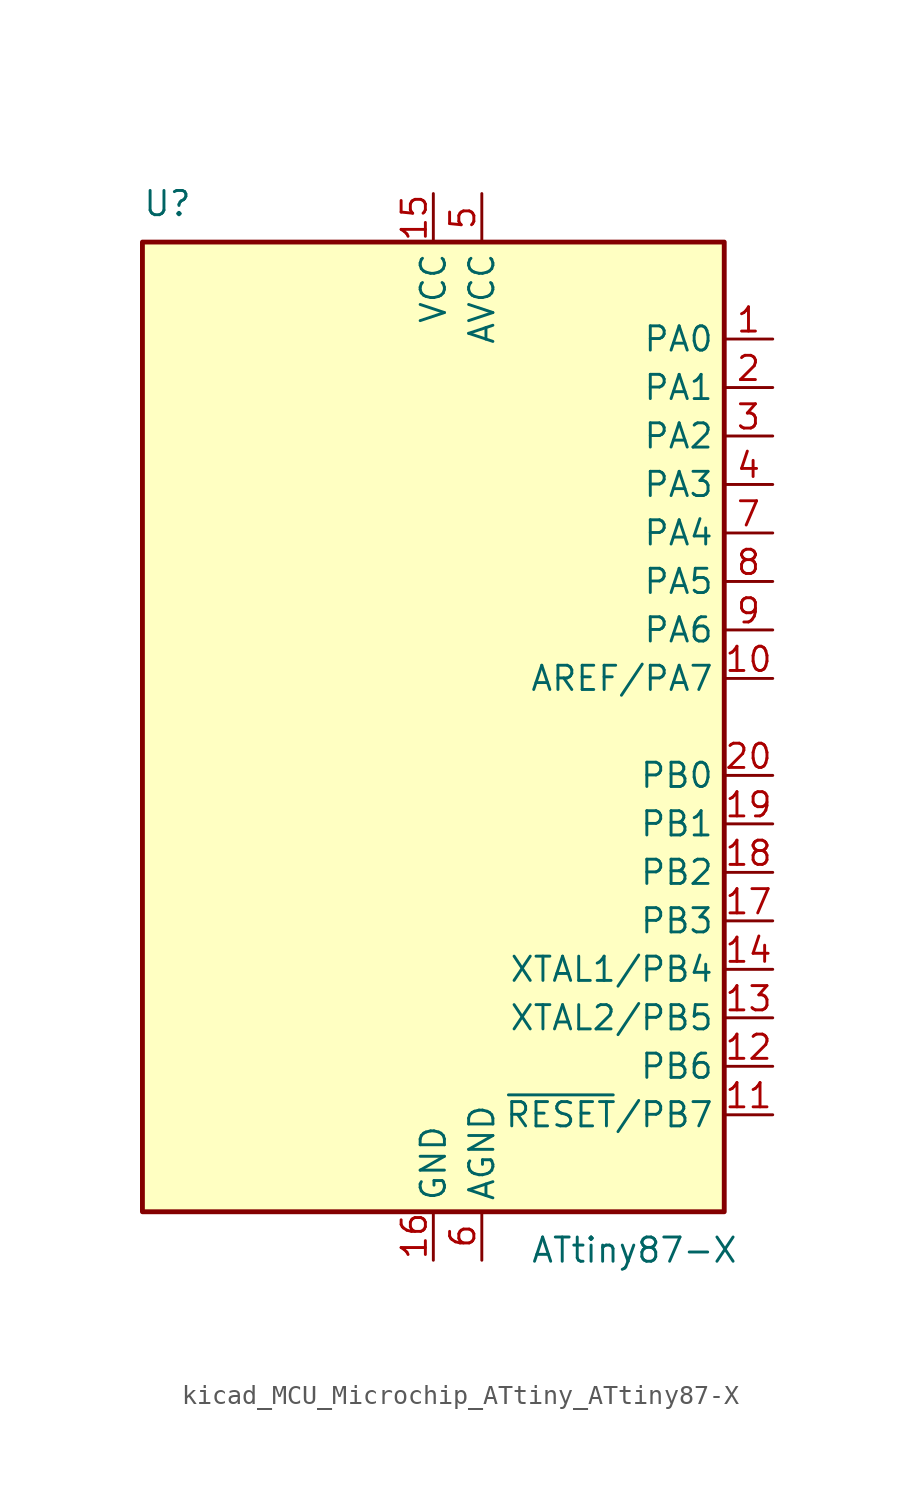
<source format=kicad_sym>
(kicad_symbol_lib
  (version 20220914)
  (generator kicad_symbol_editor)
  (symbol "kicad_MCU_Microchip_ATtiny_ATtiny87-X"
    (property "Reference" "U"
      (at -15.24 26.67 0)
      (effects (font (size 1.27 1.27)) (justify left bottom)))
    (property "Value" "ATtiny87-X"
      (at 5.08 -26.67 0)
      (effects (font (size 1.27 1.27)) (justify left top)))
    (symbol "kicad_MCU_Microchip_ATtiny_ATtiny87-X_0_1"
      (rectangle (start -15.24 -25.4) (end 15.24 25.4) (stroke (width 0.254) (type default)) (fill (type background))))
    (symbol "kicad_MCU_Microchip_ATtiny_ATtiny87-X_1_1"
      (pin bidirectional line (at 17.78 20.32 180) (length 2.54) (name "PA0" (effects (font (size 1.27 1.27)))) (number "1" (effects (font (size 1.27 1.27)))))
      (pin bidirectional line (at 17.78 2.54 180) (length 2.54) (name "AREF/PA7" (effects (font (size 1.27 1.27)))) (number "10" (effects (font (size 1.27 1.27)))))
      (pin bidirectional line (at 17.78 -20.32 180) (length 2.54) (name "~{RESET}/PB7" (effects (font (size 1.27 1.27)))) (number "11" (effects (font (size 1.27 1.27)))))
      (pin bidirectional line (at 17.78 -17.78 180) (length 2.54) (name "PB6" (effects (font (size 1.27 1.27)))) (number "12" (effects (font (size 1.27 1.27)))))
      (pin bidirectional line (at 17.78 -15.24 180) (length 2.54) (name "XTAL2/PB5" (effects (font (size 1.27 1.27)))) (number "13" (effects (font (size 1.27 1.27)))))
      (pin bidirectional line (at 17.78 -12.7 180) (length 2.54) (name "XTAL1/PB4" (effects (font (size 1.27 1.27)))) (number "14" (effects (font (size 1.27 1.27)))))
      (pin power_in line (at 0 27.94 270) (length 2.54) (name "VCC" (effects (font (size 1.27 1.27)))) (number "15" (effects (font (size 1.27 1.27)))))
      (pin power_in line (at 0 -27.94 90) (length 2.54) (name "GND" (effects (font (size 1.27 1.27)))) (number "16" (effects (font (size 1.27 1.27)))))
      (pin bidirectional line (at 17.78 -10.16 180) (length 2.54) (name "PB3" (effects (font (size 1.27 1.27)))) (number "17" (effects (font (size 1.27 1.27)))))
      (pin bidirectional line (at 17.78 -7.62 180) (length 2.54) (name "PB2" (effects (font (size 1.27 1.27)))) (number "18" (effects (font (size 1.27 1.27)))))
      (pin bidirectional line (at 17.78 -5.08 180) (length 2.54) (name "PB1" (effects (font (size 1.27 1.27)))) (number "19" (effects (font (size 1.27 1.27)))))
      (pin bidirectional line (at 17.78 17.78 180) (length 2.54) (name "PA1" (effects (font (size 1.27 1.27)))) (number "2" (effects (font (size 1.27 1.27)))))
      (pin bidirectional line (at 17.78 -2.54 180) (length 2.54) (name "PB0" (effects (font (size 1.27 1.27)))) (number "20" (effects (font (size 1.27 1.27)))))
      (pin bidirectional line (at 17.78 15.24 180) (length 2.54) (name "PA2" (effects (font (size 1.27 1.27)))) (number "3" (effects (font (size 1.27 1.27)))))
      (pin bidirectional line (at 17.78 12.7 180) (length 2.54) (name "PA3" (effects (font (size 1.27 1.27)))) (number "4" (effects (font (size 1.27 1.27)))))
      (pin power_in line (at 2.54 27.94 270) (length 2.54) (name "AVCC" (effects (font (size 1.27 1.27)))) (number "5" (effects (font (size 1.27 1.27)))))
      (pin power_in line (at 2.54 -27.94 90) (length 2.54) (name "AGND" (effects (font (size 1.27 1.27)))) (number "6" (effects (font (size 1.27 1.27)))))
      (pin bidirectional line (at 17.78 10.16 180) (length 2.54) (name "PA4" (effects (font (size 1.27 1.27)))) (number "7" (effects (font (size 1.27 1.27)))))
      (pin bidirectional line (at 17.78 7.62 180) (length 2.54) (name "PA5" (effects (font (size 1.27 1.27)))) (number "8" (effects (font (size 1.27 1.27)))))
      (pin bidirectional line (at 17.78 5.08 180) (length 2.54) (name "PA6" (effects (font (size 1.27 1.27)))) (number "9" (effects (font (size 1.27 1.27))))))))
</source>
